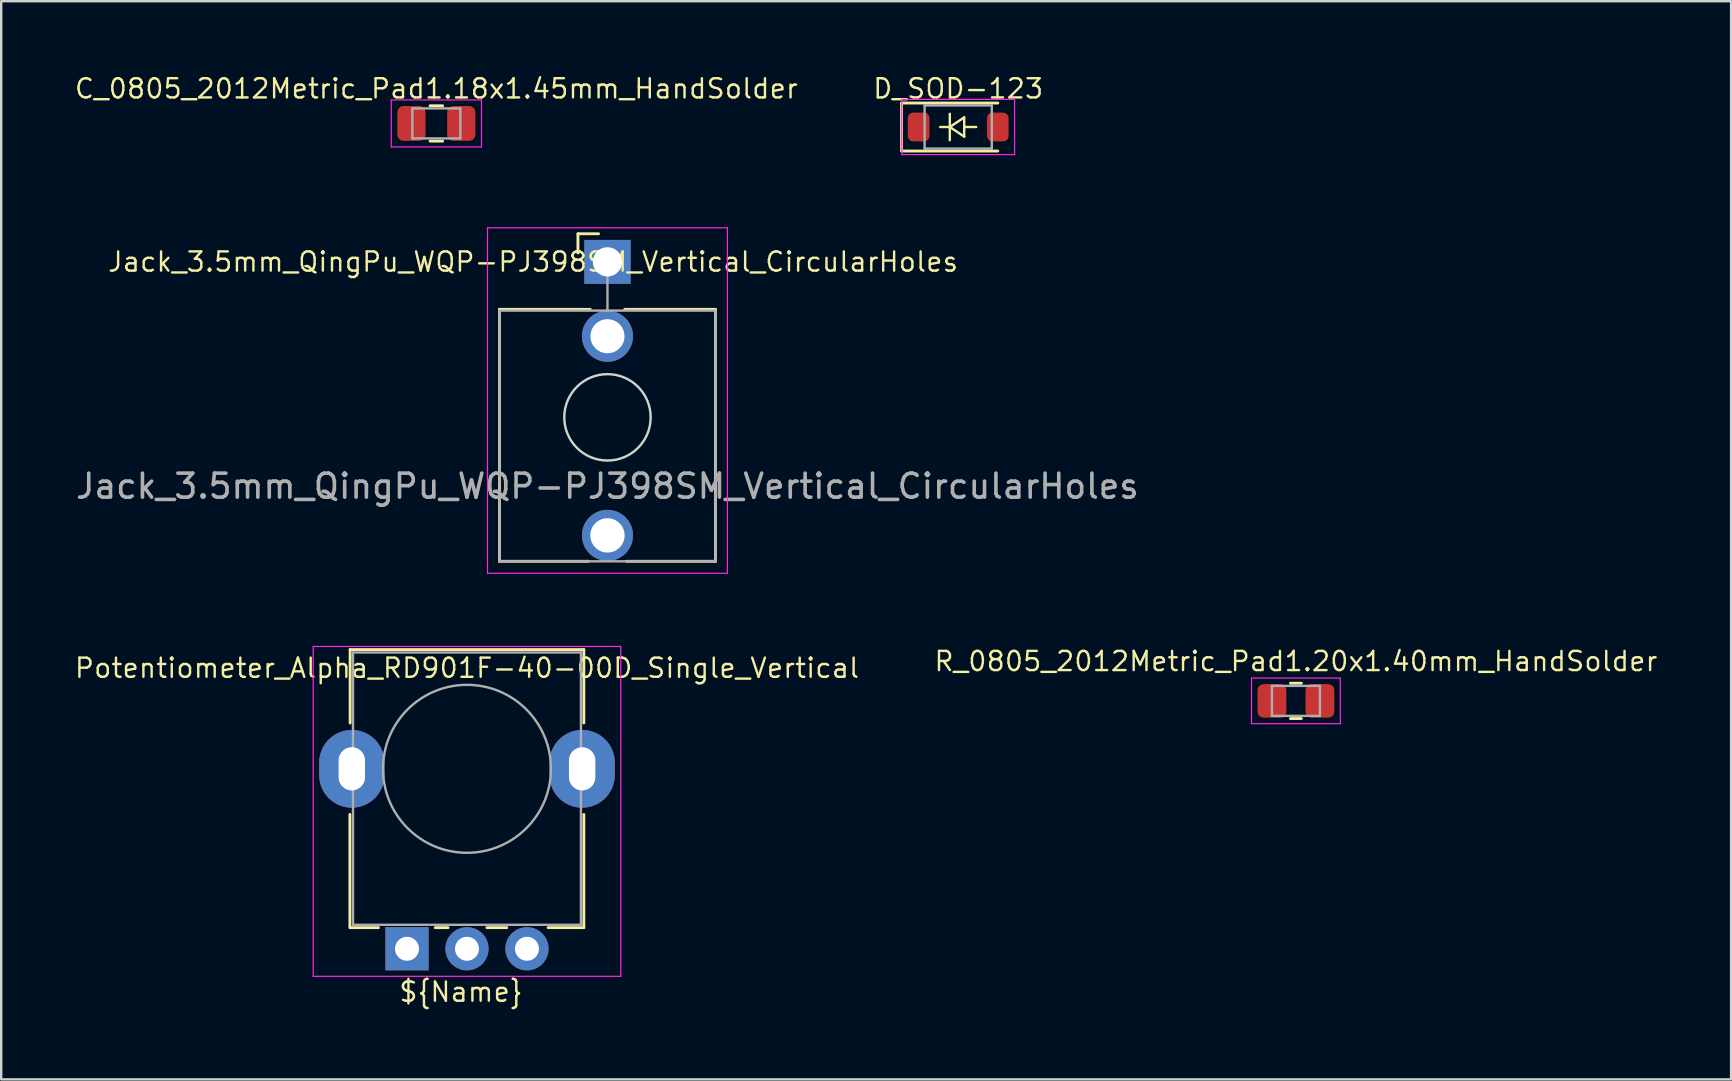
<source format=kicad_pcb>
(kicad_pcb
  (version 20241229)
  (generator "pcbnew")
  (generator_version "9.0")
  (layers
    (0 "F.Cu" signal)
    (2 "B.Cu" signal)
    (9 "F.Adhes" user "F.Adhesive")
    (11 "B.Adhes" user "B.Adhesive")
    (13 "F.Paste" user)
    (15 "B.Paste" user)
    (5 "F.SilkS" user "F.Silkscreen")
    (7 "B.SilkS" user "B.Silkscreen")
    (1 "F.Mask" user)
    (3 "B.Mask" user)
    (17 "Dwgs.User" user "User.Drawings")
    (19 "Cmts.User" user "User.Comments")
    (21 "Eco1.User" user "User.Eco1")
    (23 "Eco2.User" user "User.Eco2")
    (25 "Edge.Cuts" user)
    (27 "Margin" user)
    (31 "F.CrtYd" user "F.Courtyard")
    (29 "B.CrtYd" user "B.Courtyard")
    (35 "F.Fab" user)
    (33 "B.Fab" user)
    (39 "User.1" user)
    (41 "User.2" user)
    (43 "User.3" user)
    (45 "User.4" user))
  (footprint "C_0805_2012Metric_Pad1.18x1.45mm_HandSolder"
    (layer "F.Cu")
    (at 15.137 2.094)
    (property "Reference" "C_0805_2012Metric_Pad1.18x1.45mm_HandSolder" (at 0 -1.45 0) (layer "F.SilkS") (effects (font (size 0.8 0.8) (thickness 0.1))))
    (attr smd)
    (fp_line (start -0.261 -0.735) (end 0.261 -0.735) (stroke (width 0.12) (type solid)) (layer "F.SilkS"))
    (fp_line (start -0.261 0.735) (end 0.261 0.735) (stroke (width 0.12) (type solid)) (layer "F.SilkS"))
    (fp_line (start -1.88 -0.98) (end 1.88 -0.98) (stroke (width 0.05) (type solid)) (layer "F.CrtYd"))
    (fp_line (start -1.88 0.98) (end -1.88 -0.98) (stroke (width 0.05) (type solid)) (layer "F.CrtYd"))
    (fp_line (start 1.88 -0.98) (end 1.88 0.98) (stroke (width 0.05) (type solid)) (layer "F.CrtYd"))
    (fp_line (start 1.88 0.98) (end -1.88 0.98) (stroke (width 0.05) (type solid)) (layer "F.CrtYd"))
    (fp_line (start -1 -0.625) (end 1 -0.625) (stroke (width 0.1) (type solid)) (layer "F.Fab"))
    (fp_line (start -1 0.625) (end -1 -0.625) (stroke (width 0.1) (type solid)) (layer "F.Fab"))
    (fp_line (start 1 -0.625) (end 1 0.625) (stroke (width 0.1) (type solid)) (layer "F.Fab"))
    (fp_line (start 1 0.625) (end -1 0.625) (stroke (width 0.1) (type solid)) (layer "F.Fab"))
    (pad "1" smd roundrect (at -1.038 0) (size 1.175 1.45) (layers "F.Cu" "F.Mask" "F.Paste") (roundrect_rratio 0.213))
    (pad "2" smd roundrect (at 1.038 0) (size 1.175 1.45) (layers "F.Cu" "F.Mask" "F.Paste") (roundrect_rratio 0.213)))
  (footprint "D_SOD-123"
    (layer "F.Cu")
    (at 36.886 2.244)
    (property "Reference" "D_SOD-123" (at 0 -1.6 0) (layer "F.SilkS") (effects (font (size 0.8 0.8) (thickness 0.1))))
    (attr smd)
    (fp_line (start -2.36 -1) (end -2.36 1) (stroke (width 0.12) (type solid)) (layer "F.SilkS"))
    (fp_line (start -2.36 -1) (end 1.65 -1) (stroke (width 0.12) (type solid)) (layer "F.SilkS"))
    (fp_line (start -2.36 1) (end 1.65 1) (stroke (width 0.12) (type solid)) (layer "F.SilkS"))
    (fp_line (start -0.75 0) (end -0.35 0) (stroke (width 0.1) (type solid)) (layer "F.SilkS"))
    (fp_line (start -0.35 0) (end -0.35 -0.55) (stroke (width 0.1) (type solid)) (layer "F.SilkS"))
    (fp_line (start -0.35 0) (end -0.35 0.55) (stroke (width 0.1) (type solid)) (layer "F.SilkS"))
    (fp_line (start -0.35 0) (end 0.25 -0.4) (stroke (width 0.1) (type solid)) (layer "F.SilkS"))
    (fp_line (start 0.25 -0.4) (end 0.25 0.4) (stroke (width 0.1) (type solid)) (layer "F.SilkS"))
    (fp_line (start 0.25 0) (end 0.75 0) (stroke (width 0.1) (type solid)) (layer "F.SilkS"))
    (fp_line (start 0.25 0.4) (end -0.35 0) (stroke (width 0.1) (type solid)) (layer "F.SilkS"))
    (fp_line (start -2.35 -1.15) (end -2.35 1.15) (stroke (width 0.05) (type solid)) (layer "F.CrtYd"))
    (fp_line (start -2.35 -1.15) (end 2.35 -1.15) (stroke (width 0.05) (type solid)) (layer "F.CrtYd"))
    (fp_line (start 2.35 -1.15) (end 2.35 1.15) (stroke (width 0.05) (type solid)) (layer "F.CrtYd"))
    (fp_line (start 2.35 1.15) (end -2.35 1.15) (stroke (width 0.05) (type solid)) (layer "F.CrtYd"))
    (fp_line (start -1.4 -0.9) (end 1.4 -0.9) (stroke (width 0.1) (type solid)) (layer "F.Fab"))
    (fp_line (start -1.4 0.9) (end -1.4 -0.9) (stroke (width 0.1) (type solid)) (layer "F.Fab"))
    (fp_line (start 1.4 -0.9) (end 1.4 0.9) (stroke (width 0.1) (type solid)) (layer "F.Fab"))
    (fp_line (start 1.4 0.9) (end -1.4 0.9) (stroke (width 0.1) (type solid)) (layer "F.Fab"))
    (pad "1" smd roundrect (at -1.65 0) (size 0.9 1.2) (layers "F.Cu" "F.Mask" "F.Paste") (roundrect_rratio 0.25))
    (pad "2" smd roundrect (at 1.65 0) (size 0.9 1.2) (layers "F.Cu" "F.Mask" "F.Paste") (roundrect_rratio 0.25)))
  (footprint "Potentiometer_Alpha_RD901F-40-00D_Single_Vertical"
    (layer "F.Cu")
    (at 13.913 36.493)
    (property "Reference" "Potentiometer_Alpha_RD901F-40-00D_Single_Vertical" (at 2.5 -11.7 0) (layer "F.SilkS") (effects (font (size 0.8 0.8) (thickness 0.1))))
    (property "Name" "${Name}" (at 2.25 1.8 0) (layer "F.SilkS") (effects (font (size 0.8 0.8) (thickness 0.1))))
    (attr through_hole)
    (fp_line (start -2.38 -0.88) (end -2.38 -5.6) (stroke (width 0.12) (type solid)) (layer "F.SilkS"))
    (fp_line (start -2.37 -9.41) (end -2.37 -12.47) (stroke (width 0.12) (type solid)) (layer "F.SilkS"))
    (fp_line (start -1.19 -0.88) (end -2.37 -0.88) (stroke (width 0.12) (type solid)) (layer "F.SilkS"))
    (fp_line (start 1.71 -0.88) (end 1.18 -0.88) (stroke (width 0.12) (type solid)) (layer "F.SilkS"))
    (fp_line (start 4.16 -0.88) (end 3.33 -0.88) (stroke (width 0.12) (type solid)) (layer "F.SilkS"))
    (fp_line (start 7.37 -12.47) (end -2.37 -12.47) (stroke (width 0.12) (type solid)) (layer "F.SilkS"))
    (fp_line (start 7.37 -9.41) (end 7.37 -12.47) (stroke (width 0.12) (type solid)) (layer "F.SilkS"))
    (fp_line (start 7.37 -0.88) (end 5.88 -0.88) (stroke (width 0.12) (type solid)) (layer "F.SilkS"))
    (fp_line (start 7.37 -0.88) (end 7.37 -5.6) (stroke (width 0.12) (type solid)) (layer "F.SilkS"))
    (fp_line (start -3.91 -12.6) (end -3.91 1.15) (stroke (width 0.05) (type solid)) (layer "F.CrtYd"))
    (fp_line (start -3.91 1.15) (end 8.91 1.15) (stroke (width 0.05) (type solid)) (layer "F.CrtYd"))
    (fp_line (start 8.91 -12.6) (end -3.91 -12.6) (stroke (width 0.05) (type solid)) (layer "F.CrtYd"))
    (fp_line (start 8.91 1.15) (end 8.91 -12.6) (stroke (width 0.05) (type solid)) (layer "F.CrtYd"))
    (fp_line (start -2.25 -1) (end -2.25 -12.35) (stroke (width 0.1) (type solid)) (layer "F.Fab"))
    (fp_line (start 7.25 -12.35) (end -2.25 -12.35) (stroke (width 0.1) (type solid)) (layer "F.Fab"))
    (fp_line (start 7.25 -1) (end -2.25 -1) (stroke (width 0.1) (type solid)) (layer "F.Fab"))
    (fp_line (start 7.25 -1) (end 7.25 -12.35) (stroke (width 0.1) (type solid)) (layer "F.Fab"))
    (fp_circle (center 2.5 -7.5) (end -1 -7.5) (stroke (width 0.1) (type solid)) (fill no) (layer "F.Fab"))
    (pad "1" thru_hole rect (at 0 0 180) (size 1.8 1.8) (drill 1) (layers "*.Cu" "*.Mask"))
    (pad "2" thru_hole circle (at 2.5 0 180) (size 1.8 1.8) (drill 1) (layers "*.Cu" "*.Mask"))
    (pad "3" thru_hole circle (at 5 0 180) (size 1.8 1.8) (drill 1) (layers "*.Cu" "*.Mask"))
    (pad "MP" thru_hole oval (at -2.3 -7.5 180) (size 2.72 3.24) (drill oval 1.1 1.8) (layers "*.Cu" "*.Mask"))
    (pad "MP" thru_hole oval (at 7.3 -7.5 180) (size 2.72 3.24) (drill oval 1.1 1.8) (layers "*.Cu" "*.Mask")))
  (footprint "R_0805_2012Metric_Pad1.20x1.40mm_HandSolder"
    (layer "F.Cu")
    (at 50.962 26.162)
    (property "Reference" "R_0805_2012Metric_Pad1.20x1.40mm_HandSolder" (at 0 -1.65 0) (layer "F.SilkS") (effects (font (size 0.8 0.8) (thickness 0.1))))
    (attr smd)
    (fp_line (start -0.227 -0.735) (end 0.227 -0.735) (stroke (width 0.12) (type solid)) (layer "F.SilkS"))
    (fp_line (start -0.227 0.735) (end 0.227 0.735) (stroke (width 0.12) (type solid)) (layer "F.SilkS"))
    (fp_line (start -1.85 -0.95) (end 1.85 -0.95) (stroke (width 0.05) (type solid)) (layer "F.CrtYd"))
    (fp_line (start -1.85 0.95) (end -1.85 -0.95) (stroke (width 0.05) (type solid)) (layer "F.CrtYd"))
    (fp_line (start 1.85 -0.95) (end 1.85 0.95) (stroke (width 0.05) (type solid)) (layer "F.CrtYd"))
    (fp_line (start 1.85 0.95) (end -1.85 0.95) (stroke (width 0.05) (type solid)) (layer "F.CrtYd"))
    (fp_line (start -1 -0.625) (end 1 -0.625) (stroke (width 0.1) (type solid)) (layer "F.Fab"))
    (fp_line (start -1 0.625) (end -1 -0.625) (stroke (width 0.1) (type solid)) (layer "F.Fab"))
    (fp_line (start 1 -0.625) (end 1 0.625) (stroke (width 0.1) (type solid)) (layer "F.Fab"))
    (fp_line (start 1 0.625) (end -1 0.625) (stroke (width 0.1) (type solid)) (layer "F.Fab"))
    (pad "1" smd roundrect (at -1 0) (size 1.2 1.4) (layers "F.Cu" "F.Mask" "F.Paste") (roundrect_rratio 0.208))
    (pad "2" smd roundrect (at 1 0) (size 1.2 1.4) (layers "F.Cu" "F.Mask" "F.Paste") (roundrect_rratio 0.208)))
  (footprint "Jack_3.5mm_QingPu_WQP-PJ398SM_Vertical_CircularHoles"
    (layer "F.Cu")
    (at 22.268 7.864)
    (property "Reference" "Jack_3.5mm_QingPu_WQP-PJ398SM_Vertical_CircularHoles" (at -3.1 0 180) (layer "F.SilkS") (effects (font (size 0.8 0.8) (thickness 0.1))))
    (attr through_hole)
    (fp_line (start -4.5 1.98) (end -4.5 12.48) (stroke (width 0.12) (type solid)) (layer "F.SilkS"))
    (fp_line (start -1.23 -1.17) (end -1.23 -0.37) (stroke (width 0.12) (type solid)) (layer "F.SilkS"))
    (fp_line (start -1.23 -1.17) (end -0.37 -1.17) (stroke (width 0.12) (type solid)) (layer "F.SilkS"))
    (fp_line (start -0.8 12.48) (end -4.5 12.48) (stroke (width 0.12) (type solid)) (layer "F.SilkS"))
    (fp_line (start -0.72 1.98) (end -4.5 1.98) (stroke (width 0.12) (type solid)) (layer "F.SilkS"))
    (fp_line (start 4.5 1.98) (end 0.72 1.98) (stroke (width 0.12) (type solid)) (layer "F.SilkS"))
    (fp_line (start 4.5 1.98) (end 4.5 12.48) (stroke (width 0.12) (type solid)) (layer "F.SilkS"))
    (fp_line (start 4.5 12.48) (end 0.8 12.48) (stroke (width 0.12) (type solid)) (layer "F.SilkS"))
    (fp_circle (center 0 6.48) (end 1.8 6.48) (stroke (width 0.1) (type solid)) (fill no) (layer "Edge.Cuts"))
    (fp_line (start -5 12.98) (end -5 -1.42) (stroke (width 0.05) (type solid)) (layer "F.CrtYd"))
    (fp_line (start 5 -1.42) (end -5 -1.42) (stroke (width 0.05) (type solid)) (layer "F.CrtYd"))
    (fp_line (start 5 12.98) (end -5 12.98) (stroke (width 0.05) (type solid)) (layer "F.CrtYd"))
    (fp_line (start 5 12.98) (end 5 -1.42) (stroke (width 0.05) (type solid)) (layer "F.CrtYd"))
    (fp_line (start -4.5 12.48) (end -4.5 2.08) (stroke (width 0.1) (type solid)) (layer "F.Fab"))
    (fp_line (start 0 0) (end 0 2.03) (stroke (width 0.1) (type solid)) (layer "F.Fab"))
    (fp_line (start 4.5 2.03) (end -4.5 2.03) (stroke (width 0.1) (type solid)) (layer "F.Fab"))
    (fp_line (start 4.5 12.48) (end -4.5 12.48) (stroke (width 0.1) (type solid)) (layer "F.Fab"))
    (fp_line (start 4.5 12.48) (end 4.5 2.08) (stroke (width 0.1) (type solid)) (layer "F.Fab"))
    (fp_text user "${REFERENCE}" (at 0 9.35 180) (layer "F.Fab") (effects (font (size 1 1) (thickness 0.15))))
    (pad "S" thru_hole rect (at 0 0 180) (size 1.93 1.83) (drill 1.22) (layers "*.Cu" "*.Mask"))
    (pad "T" thru_hole circle (at 0 11.4 180) (size 2.13 2.13) (drill 1.43) (layers "*.Cu" "*.Mask"))
    (pad "TN" thru_hole circle (at 0 3.1 180) (size 2.13 2.13) (drill 1.42) (layers "*.Cu" "*.Mask")))
  (gr_rect
    (start -3 -3)
    (end 69.099 41.937)
    (stroke (width 0.1) (type default))
    (fill no)
    (layer "Edge.Cuts")))
</source>
